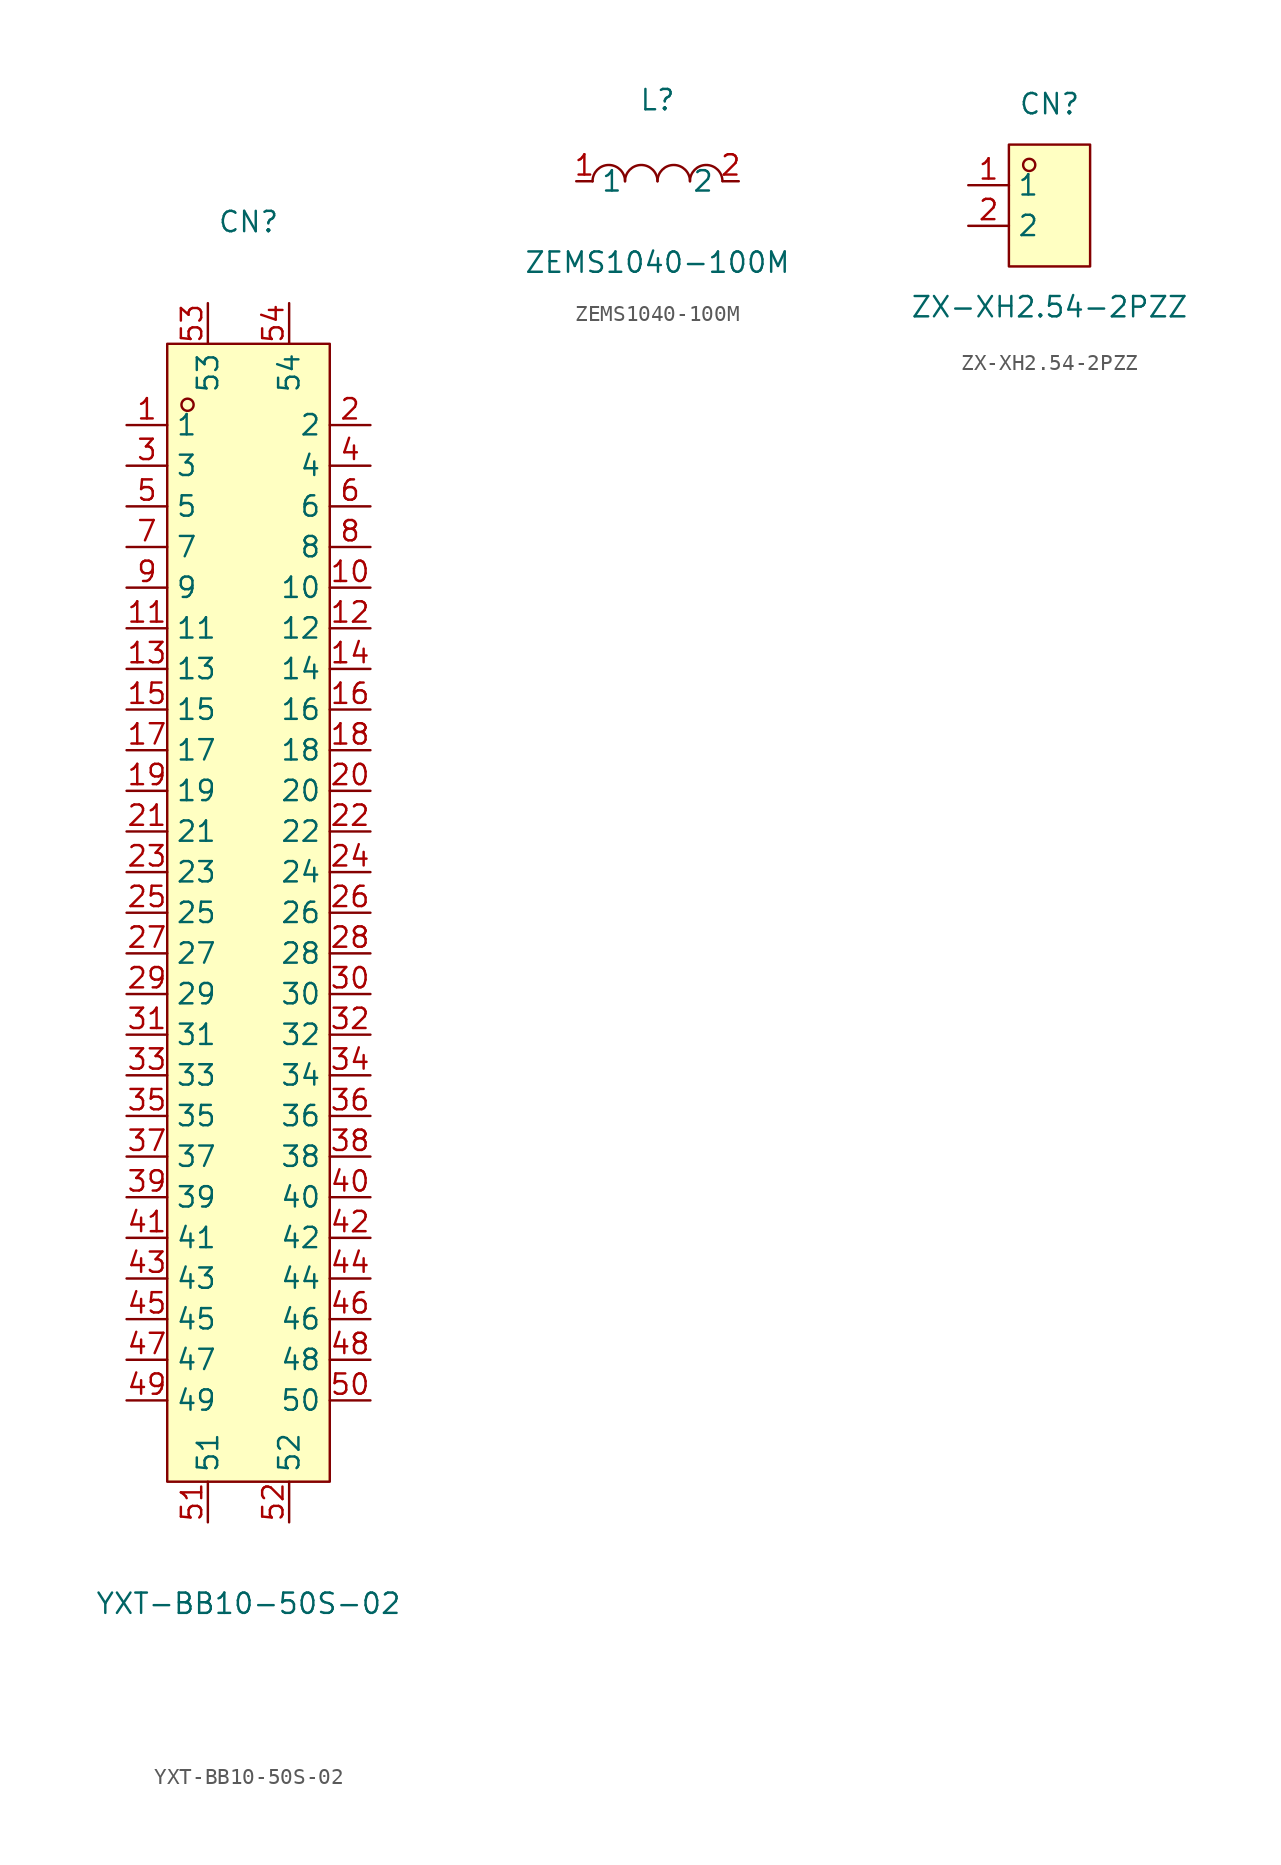
<source format=kicad_sym>
(kicad_symbol_lib
  (version 20231120)
  (generator "kicad_symbol_editor")
  (generator_version "8.0")
  (symbol "YXT-BB10-50S-02"
    (property "Reference" "CN"
      (at 0 43.18 0)
      (effects (font (size 1.27 1.27))))
    (property "Value" "YXT-BB10-50S-02"
      (at 0 -43.18 0)
      (effects (font (size 1.27 1.27))))
    (symbol "YXT-BB10-50S-02_0_1"
      (rectangle (start -5.08 35.56) (end 5.08 -35.56) (stroke (width 0) (type default)) (fill (type background)))
      (circle (center -3.81 31.75) (radius 0.38) (stroke (width 0) (type default)) (fill (type none)))
      (pin unspecified line (at -7.62 30.48 0) (length 2.54) (name "1" (effects (font (size 1.27 1.27)))) (number "1" (effects (font (size 1.27 1.27)))))
      (pin unspecified line (at 7.62 20.32 180) (length 2.54) (name "10" (effects (font (size 1.27 1.27)))) (number "10" (effects (font (size 1.27 1.27)))))
      (pin unspecified line (at -7.62 17.78 0) (length 2.54) (name "11" (effects (font (size 1.27 1.27)))) (number "11" (effects (font (size 1.27 1.27)))))
      (pin unspecified line (at 7.62 17.78 180) (length 2.54) (name "12" (effects (font (size 1.27 1.27)))) (number "12" (effects (font (size 1.27 1.27)))))
      (pin unspecified line (at -7.62 15.24 0) (length 2.54) (name "13" (effects (font (size 1.27 1.27)))) (number "13" (effects (font (size 1.27 1.27)))))
      (pin unspecified line (at 7.62 15.24 180) (length 2.54) (name "14" (effects (font (size 1.27 1.27)))) (number "14" (effects (font (size 1.27 1.27)))))
      (pin unspecified line (at -7.62 12.7 0) (length 2.54) (name "15" (effects (font (size 1.27 1.27)))) (number "15" (effects (font (size 1.27 1.27)))))
      (pin unspecified line (at 7.62 12.7 180) (length 2.54) (name "16" (effects (font (size 1.27 1.27)))) (number "16" (effects (font (size 1.27 1.27)))))
      (pin unspecified line (at -7.62 10.16 0) (length 2.54) (name "17" (effects (font (size 1.27 1.27)))) (number "17" (effects (font (size 1.27 1.27)))))
      (pin unspecified line (at 7.62 10.16 180) (length 2.54) (name "18" (effects (font (size 1.27 1.27)))) (number "18" (effects (font (size 1.27 1.27)))))
      (pin unspecified line (at -7.62 7.62 0) (length 2.54) (name "19" (effects (font (size 1.27 1.27)))) (number "19" (effects (font (size 1.27 1.27)))))
      (pin unspecified line (at 7.62 30.48 180) (length 2.54) (name "2" (effects (font (size 1.27 1.27)))) (number "2" (effects (font (size 1.27 1.27)))))
      (pin unspecified line (at 7.62 7.62 180) (length 2.54) (name "20" (effects (font (size 1.27 1.27)))) (number "20" (effects (font (size 1.27 1.27)))))
      (pin unspecified line (at -7.62 5.08 0) (length 2.54) (name "21" (effects (font (size 1.27 1.27)))) (number "21" (effects (font (size 1.27 1.27)))))
      (pin unspecified line (at 7.62 5.08 180) (length 2.54) (name "22" (effects (font (size 1.27 1.27)))) (number "22" (effects (font (size 1.27 1.27)))))
      (pin unspecified line (at -7.62 2.54 0) (length 2.54) (name "23" (effects (font (size 1.27 1.27)))) (number "23" (effects (font (size 1.27 1.27)))))
      (pin unspecified line (at 7.62 2.54 180) (length 2.54) (name "24" (effects (font (size 1.27 1.27)))) (number "24" (effects (font (size 1.27 1.27)))))
      (pin unspecified line (at -7.62 0 0) (length 2.54) (name "25" (effects (font (size 1.27 1.27)))) (number "25" (effects (font (size 1.27 1.27)))))
      (pin unspecified line (at 7.62 0 180) (length 2.54) (name "26" (effects (font (size 1.27 1.27)))) (number "26" (effects (font (size 1.27 1.27)))))
      (pin unspecified line (at -7.62 -2.54 0) (length 2.54) (name "27" (effects (font (size 1.27 1.27)))) (number "27" (effects (font (size 1.27 1.27)))))
      (pin unspecified line (at 7.62 -2.54 180) (length 2.54) (name "28" (effects (font (size 1.27 1.27)))) (number "28" (effects (font (size 1.27 1.27)))))
      (pin unspecified line (at -7.62 -5.08 0) (length 2.54) (name "29" (effects (font (size 1.27 1.27)))) (number "29" (effects (font (size 1.27 1.27)))))
      (pin unspecified line (at -7.62 27.94 0) (length 2.54) (name "3" (effects (font (size 1.27 1.27)))) (number "3" (effects (font (size 1.27 1.27)))))
      (pin unspecified line (at 7.62 -5.08 180) (length 2.54) (name "30" (effects (font (size 1.27 1.27)))) (number "30" (effects (font (size 1.27 1.27)))))
      (pin unspecified line (at -7.62 -7.62 0) (length 2.54) (name "31" (effects (font (size 1.27 1.27)))) (number "31" (effects (font (size 1.27 1.27)))))
      (pin unspecified line (at 7.62 -7.62 180) (length 2.54) (name "32" (effects (font (size 1.27 1.27)))) (number "32" (effects (font (size 1.27 1.27)))))
      (pin unspecified line (at -7.62 -10.16 0) (length 2.54) (name "33" (effects (font (size 1.27 1.27)))) (number "33" (effects (font (size 1.27 1.27)))))
      (pin unspecified line (at 7.62 -10.16 180) (length 2.54) (name "34" (effects (font (size 1.27 1.27)))) (number "34" (effects (font (size 1.27 1.27)))))
      (pin unspecified line (at -7.62 -12.7 0) (length 2.54) (name "35" (effects (font (size 1.27 1.27)))) (number "35" (effects (font (size 1.27 1.27)))))
      (pin unspecified line (at 7.62 -12.7 180) (length 2.54) (name "36" (effects (font (size 1.27 1.27)))) (number "36" (effects (font (size 1.27 1.27)))))
      (pin unspecified line (at -7.62 -15.24 0) (length 2.54) (name "37" (effects (font (size 1.27 1.27)))) (number "37" (effects (font (size 1.27 1.27)))))
      (pin unspecified line (at 7.62 -15.24 180) (length 2.54) (name "38" (effects (font (size 1.27 1.27)))) (number "38" (effects (font (size 1.27 1.27)))))
      (pin unspecified line (at -7.62 -17.78 0) (length 2.54) (name "39" (effects (font (size 1.27 1.27)))) (number "39" (effects (font (size 1.27 1.27)))))
      (pin unspecified line (at 7.62 27.94 180) (length 2.54) (name "4" (effects (font (size 1.27 1.27)))) (number "4" (effects (font (size 1.27 1.27)))))
      (pin unspecified line (at 7.62 -17.78 180) (length 2.54) (name "40" (effects (font (size 1.27 1.27)))) (number "40" (effects (font (size 1.27 1.27)))))
      (pin unspecified line (at -7.62 -20.32 0) (length 2.54) (name "41" (effects (font (size 1.27 1.27)))) (number "41" (effects (font (size 1.27 1.27)))))
      (pin unspecified line (at 7.62 -20.32 180) (length 2.54) (name "42" (effects (font (size 1.27 1.27)))) (number "42" (effects (font (size 1.27 1.27)))))
      (pin unspecified line (at -7.62 -22.86 0) (length 2.54) (name "43" (effects (font (size 1.27 1.27)))) (number "43" (effects (font (size 1.27 1.27)))))
      (pin unspecified line (at 7.62 -22.86 180) (length 2.54) (name "44" (effects (font (size 1.27 1.27)))) (number "44" (effects (font (size 1.27 1.27)))))
      (pin unspecified line (at -7.62 -25.4 0) (length 2.54) (name "45" (effects (font (size 1.27 1.27)))) (number "45" (effects (font (size 1.27 1.27)))))
      (pin unspecified line (at 7.62 -25.4 180) (length 2.54) (name "46" (effects (font (size 1.27 1.27)))) (number "46" (effects (font (size 1.27 1.27)))))
      (pin unspecified line (at -7.62 -27.94 0) (length 2.54) (name "47" (effects (font (size 1.27 1.27)))) (number "47" (effects (font (size 1.27 1.27)))))
      (pin unspecified line (at 7.62 -27.94 180) (length 2.54) (name "48" (effects (font (size 1.27 1.27)))) (number "48" (effects (font (size 1.27 1.27)))))
      (pin unspecified line (at -7.62 -30.48 0) (length 2.54) (name "49" (effects (font (size 1.27 1.27)))) (number "49" (effects (font (size 1.27 1.27)))))
      (pin unspecified line (at -7.62 25.4 0) (length 2.54) (name "5" (effects (font (size 1.27 1.27)))) (number "5" (effects (font (size 1.27 1.27)))))
      (pin unspecified line (at 7.62 -30.48 180) (length 2.54) (name "50" (effects (font (size 1.27 1.27)))) (number "50" (effects (font (size 1.27 1.27)))))
      (pin unspecified line (at -2.54 -38.1 90) (length 2.54) (name "51" (effects (font (size 1.27 1.27)))) (number "51" (effects (font (size 1.27 1.27)))))
      (pin unspecified line (at 2.54 -38.1 90) (length 2.54) (name "52" (effects (font (size 1.27 1.27)))) (number "52" (effects (font (size 1.27 1.27)))))
      (pin unspecified line (at -2.54 38.1 270) (length 2.54) (name "53" (effects (font (size 1.27 1.27)))) (number "53" (effects (font (size 1.27 1.27)))))
      (pin unspecified line (at 2.54 38.1 270) (length 2.54) (name "54" (effects (font (size 1.27 1.27)))) (number "54" (effects (font (size 1.27 1.27)))))
      (pin unspecified line (at 7.62 25.4 180) (length 2.54) (name "6" (effects (font (size 1.27 1.27)))) (number "6" (effects (font (size 1.27 1.27)))))
      (pin unspecified line (at -7.62 22.86 0) (length 2.54) (name "7" (effects (font (size 1.27 1.27)))) (number "7" (effects (font (size 1.27 1.27)))))
      (pin unspecified line (at 7.62 22.86 180) (length 2.54) (name "8" (effects (font (size 1.27 1.27)))) (number "8" (effects (font (size 1.27 1.27)))))
      (pin unspecified line (at -7.62 20.32 0) (length 2.54) (name "9" (effects (font (size 1.27 1.27)))) (number "9" (effects (font (size 1.27 1.27)))))))
  (symbol "ZEMS1040-100M"
    (property "Reference" "L"
      (at 0 5.08 0)
      (effects (font (size 1.27 1.27))))
    (property "Value" "ZEMS1040-100M"
      (at 0 -5.08 0)
      (effects (font (size 1.27 1.27))))
    (symbol "ZEMS1040-100M_0_1"
      (arc (start -4.06 -0.01) (mid -2.83 0.99) (end -2.03 0.01) (stroke (width 0) (type default) (color 0 0 0 0)) (fill (type none)))
      (arc (start -2.03 -0.01) (mid -0.80 0.99) (end 0.00 0.01) (stroke (width 0) (type default) (color 0 0 0 0)) (fill (type none)))
      (arc (start 2.03 -0.01) (mid 3.26 0.99) (end 4.06 0.01) (stroke (width 0) (type default) (color 0 0 0 0)) (fill (type none)))
      (arc (start 0.00 -0.01) (mid 1.23 0.99) (end 2.03 0.01) (stroke (width 0) (type default) (color 0 0 0 0)) (fill (type none)))
      (pin unspecified line (at 5.08 -0.00 180) (length 1.016) (name "2" (effects (font (size 1.27 1.27)))) (number "2" (effects (font (size 1.27 1.27)))))
      (pin unspecified line (at -5.08 -0.00 0) (length 1.016) (name "1" (effects (font (size 1.27 1.27)))) (number "1" (effects (font (size 1.27 1.27)))))))
  (symbol "ZX-XH2.54-2PZZ"
    (property "Reference" "CN"
      (at 0 6.35 0)
      (effects (font (size 1.27 1.27))))
    (property "Value" "ZX-XH2.54-2PZZ"
      (at 0 -6.35 0)
      (effects (font (size 1.27 1.27))))
    (symbol "ZX-XH2.54-2PZZ_0_1"
      (rectangle (start -2.54 3.81) (end 2.54 -3.81) (stroke (width 0) (type default)) (fill (type background)))
      (circle (center -1.27 2.54) (radius 0.38) (stroke (width 0) (type default)) (fill (type none)))
      (pin unspecified line (at -5.08 1.27 0) (length 2.54) (name "1" (effects (font (size 1.27 1.27)))) (number "1" (effects (font (size 1.27 1.27)))))
      (pin unspecified line (at -5.08 -1.27 0) (length 2.54) (name "2" (effects (font (size 1.27 1.27)))) (number "2" (effects (font (size 1.27 1.27))))))))
</source>
